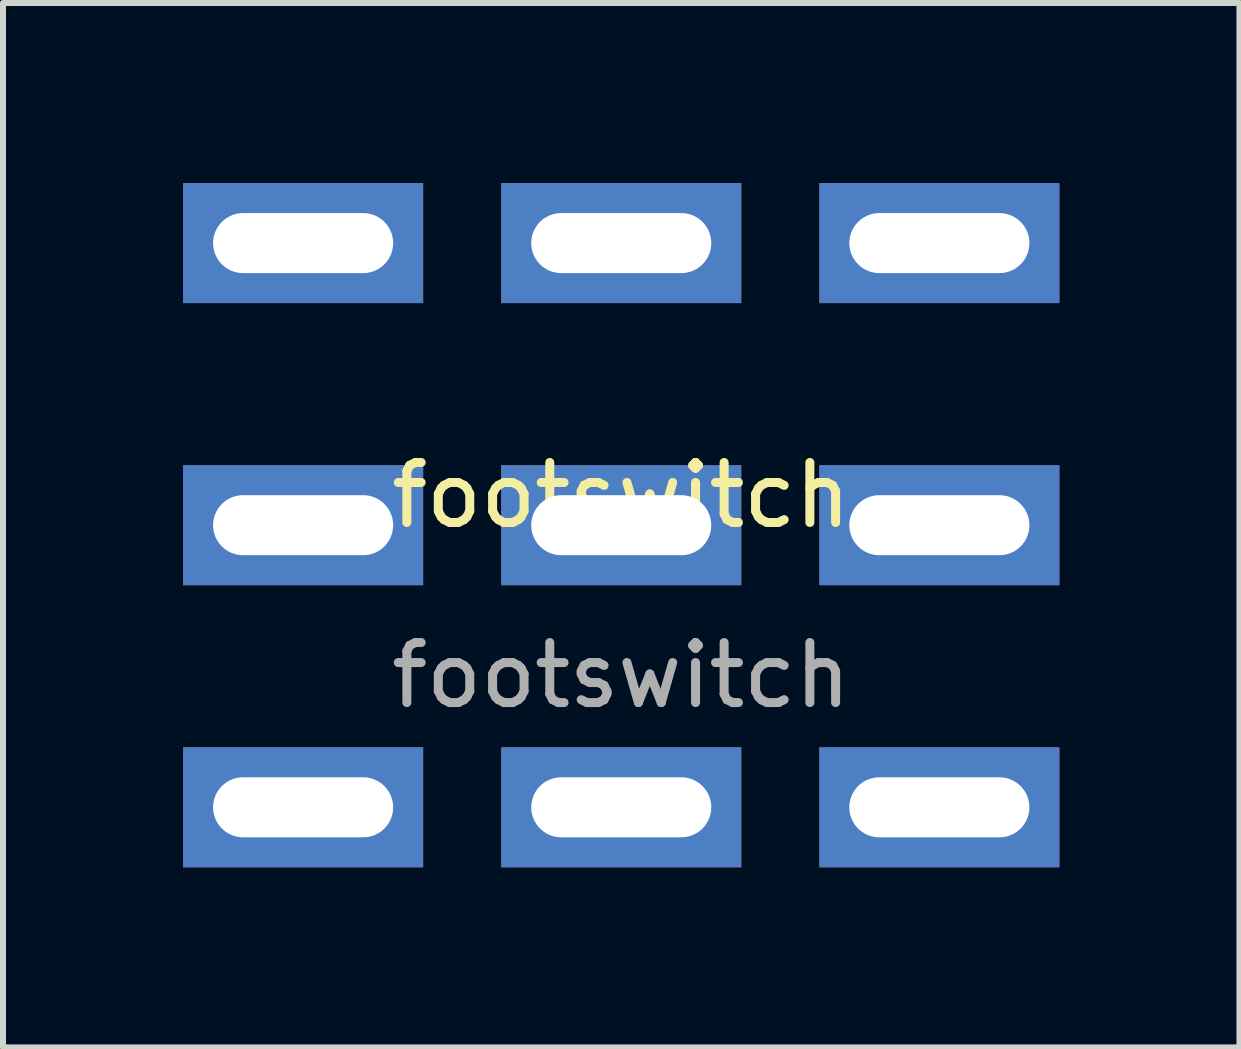
<source format=kicad_pcb>
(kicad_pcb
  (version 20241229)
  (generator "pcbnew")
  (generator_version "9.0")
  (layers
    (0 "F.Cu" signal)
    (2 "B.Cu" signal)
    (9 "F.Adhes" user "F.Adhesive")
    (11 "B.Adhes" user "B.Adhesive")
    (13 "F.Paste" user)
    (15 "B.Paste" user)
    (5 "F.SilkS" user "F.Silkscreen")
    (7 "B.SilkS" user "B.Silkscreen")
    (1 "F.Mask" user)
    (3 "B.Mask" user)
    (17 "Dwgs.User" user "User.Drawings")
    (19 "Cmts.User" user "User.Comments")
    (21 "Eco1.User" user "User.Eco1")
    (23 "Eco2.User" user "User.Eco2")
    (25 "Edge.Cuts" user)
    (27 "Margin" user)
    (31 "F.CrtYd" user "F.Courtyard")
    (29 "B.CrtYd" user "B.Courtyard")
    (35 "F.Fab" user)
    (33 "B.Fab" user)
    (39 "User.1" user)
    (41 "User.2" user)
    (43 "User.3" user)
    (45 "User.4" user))
  (footprint "footswitch"
    (layer "F.Cu")
    (at 7.3 5.7)
    (property "Reference" "footswitch" (at 0 -0.5 0) (unlocked yes) (layer "F.SilkS") (effects (font (size 1 1) (thickness 0.15))))
    (attr through_hole)
    (fp_text user "${REFERENCE}" (at 0 2.5 0) (unlocked yes) (layer "F.Fab") (effects (font (size 1 1) (thickness 0.15))))
    (pad "1" thru_hole rect (at -5.3 -4.7) (size 4 2) (drill oval 3 1) (layers "*.Cu" "*.Mask"))
    (pad "2" thru_hole rect (at 0 -4.7) (size 4 2) (drill oval 3 1) (layers "*.Cu" "*.Mask"))
    (pad "3" thru_hole rect (at 5.3 -4.7) (size 4 2) (drill oval 3 1) (layers "*.Cu" "*.Mask"))
    (pad "4" thru_hole rect (at -5.3 0) (size 4 2) (drill oval 3 1) (layers "*.Cu" "*.Mask"))
    (pad "5" thru_hole rect (at 0 0) (size 4 2) (drill oval 3 1) (layers "*.Cu" "*.Mask"))
    (pad "6" thru_hole rect (at 5.3 0) (size 4 2) (drill oval 3 1) (layers "*.Cu" "*.Mask"))
    (pad "7" thru_hole rect (at -5.3 4.7) (size 4 2) (drill oval 3 1) (layers "*.Cu" "*.Mask"))
    (pad "8" thru_hole rect (at 0 4.7) (size 4 2) (drill oval 3 1) (layers "*.Cu" "*.Mask"))
    (pad "9" thru_hole rect (at 5.3 4.7) (size 4 2) (drill oval 3 1) (layers "*.Cu" "*.Mask")))
  (gr_rect
    (start -3 -3)
    (end 17.6 14.4)
    (stroke (width 0.1) (type default))
    (fill no)
    (layer "Edge.Cuts")))
</source>
